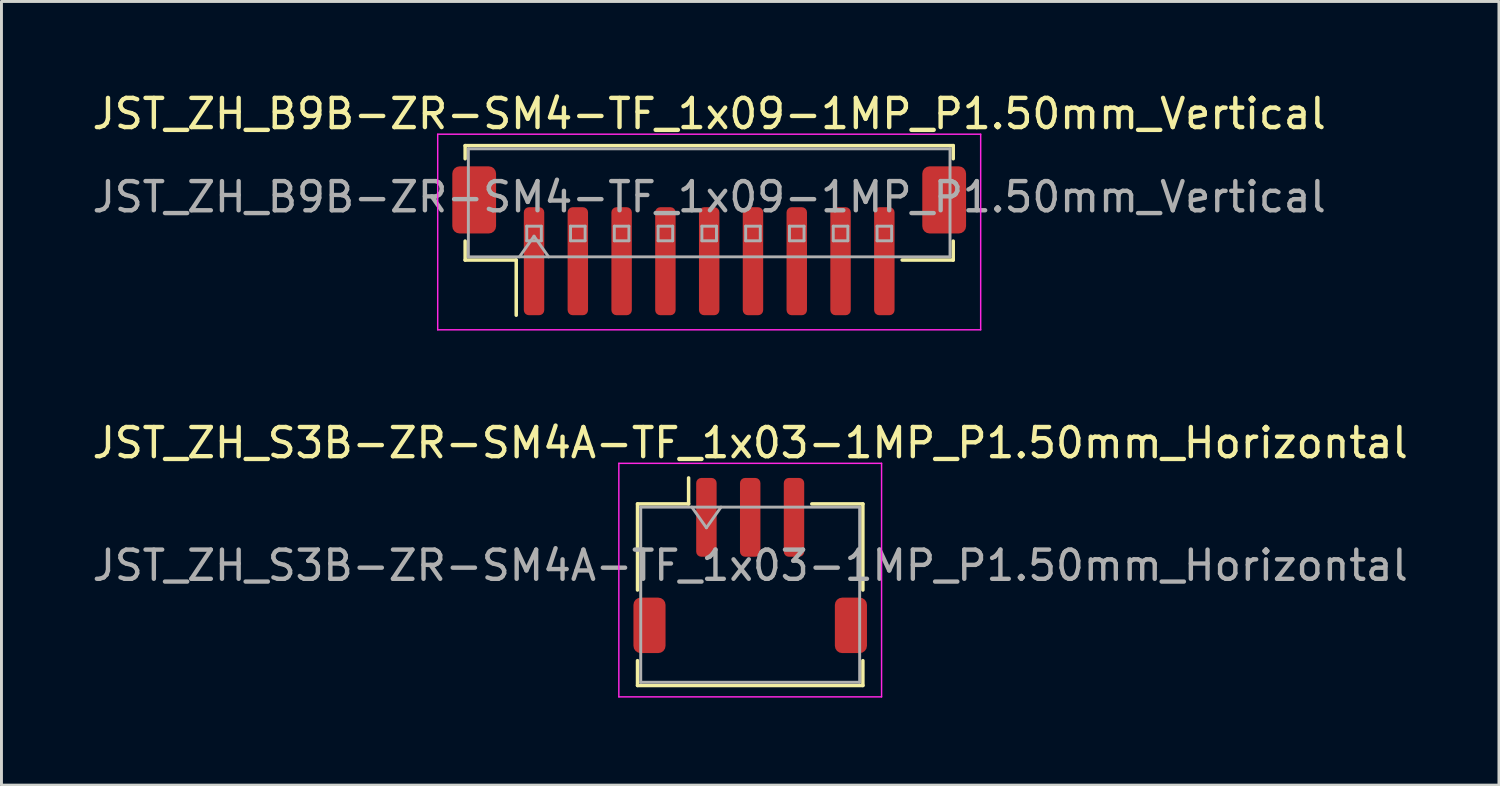
<source format=kicad_pcb>
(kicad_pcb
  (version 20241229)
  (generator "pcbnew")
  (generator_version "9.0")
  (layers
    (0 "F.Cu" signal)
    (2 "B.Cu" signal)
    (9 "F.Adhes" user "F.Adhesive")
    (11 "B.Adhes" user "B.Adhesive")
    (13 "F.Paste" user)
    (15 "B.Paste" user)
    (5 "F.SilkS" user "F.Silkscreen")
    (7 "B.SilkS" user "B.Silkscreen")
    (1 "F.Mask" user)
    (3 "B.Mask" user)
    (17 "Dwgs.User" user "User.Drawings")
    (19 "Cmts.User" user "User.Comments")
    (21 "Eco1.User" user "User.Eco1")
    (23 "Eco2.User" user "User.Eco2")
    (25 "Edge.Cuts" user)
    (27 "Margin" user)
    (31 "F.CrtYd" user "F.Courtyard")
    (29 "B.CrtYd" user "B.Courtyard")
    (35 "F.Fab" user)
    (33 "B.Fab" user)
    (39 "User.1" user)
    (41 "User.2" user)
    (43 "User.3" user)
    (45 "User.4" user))
  (footprint "JST_ZH_B9B-ZR-SM4-TF_1x09-1MP_P1.50mm_Vertical"
    (layer "F.Cu")
    (at 21.244 5.198)
    (property "Reference" "JST_ZH_B9B-ZR-SM4-TF_1x09-1MP_P1.50mm_Vertical" (at 0 -4.35 0) (layer "F.SilkS") (effects (font (size 1 1) (thickness 0.15))))
    (attr smd)
    (fp_line (start -8.36 -3.26) (end 8.36 -3.26) (stroke (width 0.12) (type solid)) (layer "F.SilkS"))
    (fp_line (start -8.36 -2.81) (end -8.36 -3.26) (stroke (width 0.12) (type solid)) (layer "F.SilkS"))
    (fp_line (start -8.36 0.01) (end -8.36 0.66) (stroke (width 0.12) (type solid)) (layer "F.SilkS"))
    (fp_line (start -8.36 0.66) (end -6.61 0.66) (stroke (width 0.12) (type solid)) (layer "F.SilkS"))
    (fp_line (start -6.61 0.66) (end -6.61 2.55) (stroke (width 0.12) (type solid)) (layer "F.SilkS"))
    (fp_line (start 8.36 -3.26) (end 8.36 -2.81) (stroke (width 0.12) (type solid)) (layer "F.SilkS"))
    (fp_line (start 8.36 0.01) (end 8.36 0.66) (stroke (width 0.12) (type solid)) (layer "F.SilkS"))
    (fp_line (start 8.36 0.66) (end 6.61 0.66) (stroke (width 0.12) (type solid)) (layer "F.SilkS"))
    (fp_line (start -9.3 -3.65) (end -9.3 3.05) (stroke (width 0.05) (type solid)) (layer "F.CrtYd"))
    (fp_line (start -9.3 3.05) (end 9.3 3.05) (stroke (width 0.05) (type solid)) (layer "F.CrtYd"))
    (fp_line (start 9.3 -3.65) (end -9.3 -3.65) (stroke (width 0.05) (type solid)) (layer "F.CrtYd"))
    (fp_line (start 9.3 3.05) (end 9.3 -3.65) (stroke (width 0.05) (type solid)) (layer "F.CrtYd"))
    (fp_line (start -8.25 -3.15) (end 8.25 -3.15) (stroke (width 0.1) (type solid)) (layer "F.Fab"))
    (fp_line (start -8.25 0.55) (end -8.25 -3.15) (stroke (width 0.1) (type solid)) (layer "F.Fab"))
    (fp_line (start -8.25 0.55) (end 8.25 0.55) (stroke (width 0.1) (type solid)) (layer "F.Fab"))
    (fp_line (start -6.5 0.55) (end -6 -0.157) (stroke (width 0.1) (type solid)) (layer "F.Fab"))
    (fp_line (start -6.25 -0.5) (end -6.25 0) (stroke (width 0.1) (type solid)) (layer "F.Fab"))
    (fp_line (start -6.25 0) (end -5.75 0) (stroke (width 0.1) (type solid)) (layer "F.Fab"))
    (fp_line (start -6 -0.157) (end -5.5 0.55) (stroke (width 0.1) (type solid)) (layer "F.Fab"))
    (fp_line (start -5.75 -0.5) (end -6.25 -0.5) (stroke (width 0.1) (type solid)) (layer "F.Fab"))
    (fp_line (start -5.75 0) (end -5.75 -0.5) (stroke (width 0.1) (type solid)) (layer "F.Fab"))
    (fp_line (start -4.75 -0.5) (end -4.75 0) (stroke (width 0.1) (type solid)) (layer "F.Fab"))
    (fp_line (start -4.75 0) (end -4.25 0) (stroke (width 0.1) (type solid)) (layer "F.Fab"))
    (fp_line (start -4.25 -0.5) (end -4.75 -0.5) (stroke (width 0.1) (type solid)) (layer "F.Fab"))
    (fp_line (start -4.25 0) (end -4.25 -0.5) (stroke (width 0.1) (type solid)) (layer "F.Fab"))
    (fp_line (start -3.25 -0.5) (end -3.25 0) (stroke (width 0.1) (type solid)) (layer "F.Fab"))
    (fp_line (start -3.25 0) (end -2.75 0) (stroke (width 0.1) (type solid)) (layer "F.Fab"))
    (fp_line (start -2.75 -0.5) (end -3.25 -0.5) (stroke (width 0.1) (type solid)) (layer "F.Fab"))
    (fp_line (start -2.75 0) (end -2.75 -0.5) (stroke (width 0.1) (type solid)) (layer "F.Fab"))
    (fp_line (start -1.75 -0.5) (end -1.75 0) (stroke (width 0.1) (type solid)) (layer "F.Fab"))
    (fp_line (start -1.75 0) (end -1.25 0) (stroke (width 0.1) (type solid)) (layer "F.Fab"))
    (fp_line (start -1.25 -0.5) (end -1.75 -0.5) (stroke (width 0.1) (type solid)) (layer "F.Fab"))
    (fp_line (start -1.25 0) (end -1.25 -0.5) (stroke (width 0.1) (type solid)) (layer "F.Fab"))
    (fp_line (start -0.25 -0.5) (end -0.25 0) (stroke (width 0.1) (type solid)) (layer "F.Fab"))
    (fp_line (start -0.25 0) (end 0.25 0) (stroke (width 0.1) (type solid)) (layer "F.Fab"))
    (fp_line (start 0.25 -0.5) (end -0.25 -0.5) (stroke (width 0.1) (type solid)) (layer "F.Fab"))
    (fp_line (start 0.25 0) (end 0.25 -0.5) (stroke (width 0.1) (type solid)) (layer "F.Fab"))
    (fp_line (start 1.25 -0.5) (end 1.25 0) (stroke (width 0.1) (type solid)) (layer "F.Fab"))
    (fp_line (start 1.25 0) (end 1.75 0) (stroke (width 0.1) (type solid)) (layer "F.Fab"))
    (fp_line (start 1.75 -0.5) (end 1.25 -0.5) (stroke (width 0.1) (type solid)) (layer "F.Fab"))
    (fp_line (start 1.75 0) (end 1.75 -0.5) (stroke (width 0.1) (type solid)) (layer "F.Fab"))
    (fp_line (start 2.75 -0.5) (end 2.75 0) (stroke (width 0.1) (type solid)) (layer "F.Fab"))
    (fp_line (start 2.75 0) (end 3.25 0) (stroke (width 0.1) (type solid)) (layer "F.Fab"))
    (fp_line (start 3.25 -0.5) (end 2.75 -0.5) (stroke (width 0.1) (type solid)) (layer "F.Fab"))
    (fp_line (start 3.25 0) (end 3.25 -0.5) (stroke (width 0.1) (type solid)) (layer "F.Fab"))
    (fp_line (start 4.25 -0.5) (end 4.25 0) (stroke (width 0.1) (type solid)) (layer "F.Fab"))
    (fp_line (start 4.25 0) (end 4.75 0) (stroke (width 0.1) (type solid)) (layer "F.Fab"))
    (fp_line (start 4.75 -0.5) (end 4.25 -0.5) (stroke (width 0.1) (type solid)) (layer "F.Fab"))
    (fp_line (start 4.75 0) (end 4.75 -0.5) (stroke (width 0.1) (type solid)) (layer "F.Fab"))
    (fp_line (start 5.75 -0.5) (end 5.75 0) (stroke (width 0.1) (type solid)) (layer "F.Fab"))
    (fp_line (start 5.75 0) (end 6.25 0) (stroke (width 0.1) (type solid)) (layer "F.Fab"))
    (fp_line (start 6.25 -0.5) (end 5.75 -0.5) (stroke (width 0.1) (type solid)) (layer "F.Fab"))
    (fp_line (start 6.25 0) (end 6.25 -0.5) (stroke (width 0.1) (type solid)) (layer "F.Fab"))
    (fp_line (start 8.25 0.55) (end 8.25 -3.15) (stroke (width 0.1) (type solid)) (layer "F.Fab"))
    (fp_text user "${REFERENCE}" (at 0 -1.5 0) (layer "F.Fab") (effects (font (size 1 1) (thickness 0.15))))
    (pad "1" smd roundrect (at -6 0.7) (size 0.7 3.7) (layers "F.Cu" "F.Mask" "F.Paste") (roundrect_rratio 0.25))
    (pad "2" smd roundrect (at -4.5 0.7) (size 0.7 3.7) (layers "F.Cu" "F.Mask" "F.Paste") (roundrect_rratio 0.25))
    (pad "3" smd roundrect (at -3 0.7) (size 0.7 3.7) (layers "F.Cu" "F.Mask" "F.Paste") (roundrect_rratio 0.25))
    (pad "4" smd roundrect (at -1.5 0.7) (size 0.7 3.7) (layers "F.Cu" "F.Mask" "F.Paste") (roundrect_rratio 0.25))
    (pad "5" smd roundrect (at 0 0.7) (size 0.7 3.7) (layers "F.Cu" "F.Mask" "F.Paste") (roundrect_rratio 0.25))
    (pad "6" smd roundrect (at 1.5 0.7) (size 0.7 3.7) (layers "F.Cu" "F.Mask" "F.Paste") (roundrect_rratio 0.25))
    (pad "7" smd roundrect (at 3 0.7) (size 0.7 3.7) (layers "F.Cu" "F.Mask" "F.Paste") (roundrect_rratio 0.25))
    (pad "8" smd roundrect (at 4.5 0.7) (size 0.7 3.7) (layers "F.Cu" "F.Mask" "F.Paste") (roundrect_rratio 0.25))
    (pad "9" smd roundrect (at 6 0.7) (size 0.7 3.7) (layers "F.Cu" "F.Mask" "F.Paste") (roundrect_rratio 0.25))
    (pad "MP" smd roundrect (at -8.05 -1.4) (size 1.5 2.3) (layers "F.Cu" "F.Mask" "F.Paste") (roundrect_rratio 0.167))
    (pad "MP" smd roundrect (at 8.05 -1.4) (size 1.5 2.3) (layers "F.Cu" "F.Mask" "F.Paste") (roundrect_rratio 0.167)))
  (footprint "JST_ZH_S3B-ZR-SM4A-TF_1x03-1MP_P1.50mm_Horizontal"
    (layer "F.Cu")
    (at 22.649 16.322)
    (property "Reference" "JST_ZH_S3B-ZR-SM4A-TF_1x03-1MP_P1.50mm_Horizontal" (at 0 -4.2 0) (layer "F.SilkS") (effects (font (size 1 1) (thickness 0.15))))
    (attr smd)
    (fp_line (start -3.86 -2.11) (end -2.11 -2.11) (stroke (width 0.12) (type solid)) (layer "F.SilkS"))
    (fp_line (start -3.86 0.84) (end -3.86 -2.11) (stroke (width 0.12) (type solid)) (layer "F.SilkS"))
    (fp_line (start -3.86 3.26) (end -3.86 4.11) (stroke (width 0.12) (type solid)) (layer "F.SilkS"))
    (fp_line (start -3.86 4.11) (end 3.86 4.11) (stroke (width 0.12) (type solid)) (layer "F.SilkS"))
    (fp_line (start -2.11 -2.11) (end -2.11 -3) (stroke (width 0.12) (type solid)) (layer "F.SilkS"))
    (fp_line (start 3.86 -2.11) (end 2.11 -2.11) (stroke (width 0.12) (type solid)) (layer "F.SilkS"))
    (fp_line (start 3.86 0.84) (end 3.86 -2.11) (stroke (width 0.12) (type solid)) (layer "F.SilkS"))
    (fp_line (start 3.86 4.11) (end 3.86 3.26) (stroke (width 0.12) (type solid)) (layer "F.SilkS"))
    (fp_line (start -4.5 -3.5) (end -4.5 4.5) (stroke (width 0.05) (type solid)) (layer "F.CrtYd"))
    (fp_line (start -4.5 4.5) (end 4.5 4.5) (stroke (width 0.05) (type solid)) (layer "F.CrtYd"))
    (fp_line (start 4.5 -3.5) (end -4.5 -3.5) (stroke (width 0.05) (type solid)) (layer "F.CrtYd"))
    (fp_line (start 4.5 4.5) (end 4.5 -3.5) (stroke (width 0.05) (type solid)) (layer "F.CrtYd"))
    (fp_line (start -3.75 -2) (end -3.75 4) (stroke (width 0.1) (type solid)) (layer "F.Fab"))
    (fp_line (start -3.75 -2) (end 3.75 -2) (stroke (width 0.1) (type solid)) (layer "F.Fab"))
    (fp_line (start -3.75 4) (end 3.75 4) (stroke (width 0.1) (type solid)) (layer "F.Fab"))
    (fp_line (start -2 -2) (end -1.5 -1.293) (stroke (width 0.1) (type solid)) (layer "F.Fab"))
    (fp_line (start -1.5 -1.293) (end -1 -2) (stroke (width 0.1) (type solid)) (layer "F.Fab"))
    (fp_line (start 3.75 -2) (end 3.75 4) (stroke (width 0.1) (type solid)) (layer "F.Fab"))
    (fp_text user "${REFERENCE}" (at 0 0 0) (layer "F.Fab") (effects (font (size 1 1) (thickness 0.15))))
    (pad "1" smd roundrect (at -1.5 -1.65) (size 0.7 2.7) (layers "F.Cu" "F.Mask" "F.Paste") (roundrect_rratio 0.25))
    (pad "2" smd roundrect (at 0 -1.65) (size 0.7 2.7) (layers "F.Cu" "F.Mask" "F.Paste") (roundrect_rratio 0.25))
    (pad "3" smd roundrect (at 1.5 -1.65) (size 0.7 2.7) (layers "F.Cu" "F.Mask" "F.Paste") (roundrect_rratio 0.25))
    (pad "MP" smd roundrect (at -3.45 2.05) (size 1.1 1.9) (layers "F.Cu" "F.Mask" "F.Paste") (roundrect_rratio 0.227))
    (pad "MP" smd roundrect (at 3.45 2.05) (size 1.1 1.9) (layers "F.Cu" "F.Mask" "F.Paste") (roundrect_rratio 0.227)))
  (gr_rect
    (start -3 -3)
    (end 48.298 23.846)
    (stroke (width 0.1) (type default))
    (fill no)
    (layer "Edge.Cuts")))
</source>
